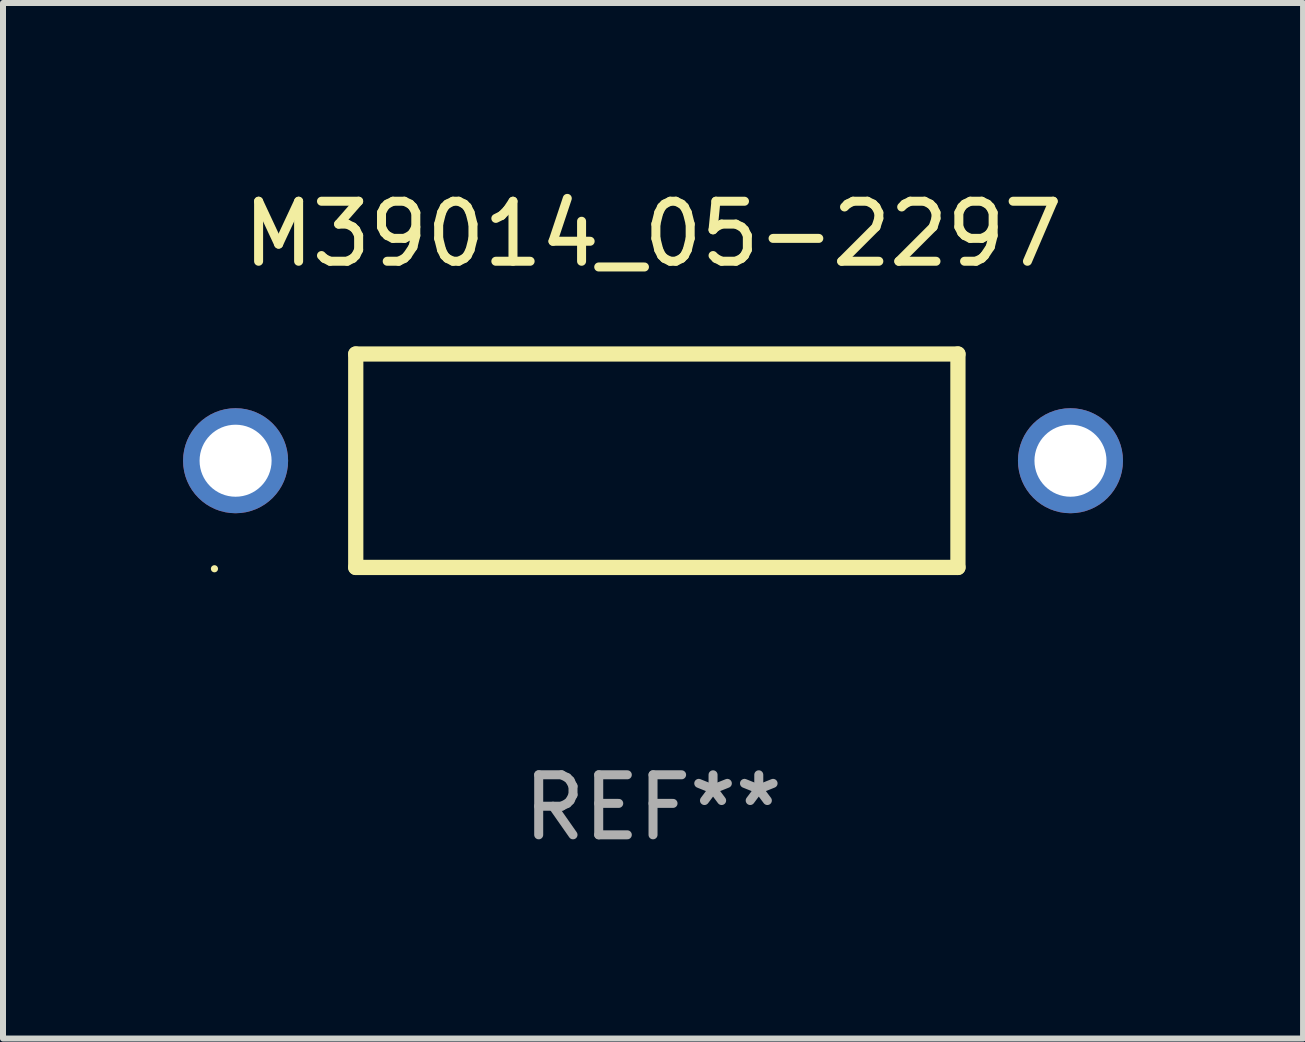
<source format=kicad_pcb>
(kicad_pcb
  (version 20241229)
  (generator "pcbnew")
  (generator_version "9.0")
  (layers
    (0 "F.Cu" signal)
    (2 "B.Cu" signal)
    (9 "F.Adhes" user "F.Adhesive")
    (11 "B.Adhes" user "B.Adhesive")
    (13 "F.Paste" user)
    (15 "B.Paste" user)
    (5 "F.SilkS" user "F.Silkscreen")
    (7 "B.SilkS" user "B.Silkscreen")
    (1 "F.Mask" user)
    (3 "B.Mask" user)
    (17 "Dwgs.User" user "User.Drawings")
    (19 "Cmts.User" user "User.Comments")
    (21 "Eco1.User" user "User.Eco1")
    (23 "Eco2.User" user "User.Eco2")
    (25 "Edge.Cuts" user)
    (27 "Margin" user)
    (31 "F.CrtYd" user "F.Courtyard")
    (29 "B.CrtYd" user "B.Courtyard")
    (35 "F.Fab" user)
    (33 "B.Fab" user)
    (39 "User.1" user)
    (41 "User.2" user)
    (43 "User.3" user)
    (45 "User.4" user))
  (footprint "M39014_05-2297"
    (layer "F.Cu")
    (at 7.83 4.626)
    (property "Reference" "M39014_05-2297" (at 0 -3.778 0) (layer "F.SilkS") (effects (font (size 1 1) (thickness 0.15))))
    (attr through_hole)
    (fp_line (start -4.953 -1.778) (end -4.953 1.778) (stroke (width 0.254) (type solid)) (layer "F.SilkS"))
    (fp_line (start -4.953 1.778) (end 5.08 1.778) (stroke (width 0.254) (type solid)) (layer "F.SilkS"))
    (fp_line (start 5.08 -1.778) (end -4.953 -1.778) (stroke (width 0.254) (type solid)) (layer "F.SilkS"))
    (fp_line (start 5.08 1.778) (end 5.08 -1.778) (stroke (width 0.254) (type solid)) (layer "F.SilkS"))
    (fp_circle (center -7.307 1.8) (end -7.277 1.8) (stroke (width 0.06) (type solid)) (fill no) (layer "F.SilkS"))
    (fp_text user "REF**" (at 0 5.778 0) (layer "F.Fab") (effects (font (size 1 1) (thickness 0.15))))
    (pad "1" thru_hole circle (at -6.955 0) (size 1.75 1.75) (drill 1.2) (layers "*.Cu" "*.Mask"))
    (pad "2" thru_hole circle (at 6.955 0) (size 1.75 1.75) (drill 1.2) (layers "*.Cu" "*.Mask")))
  (gr_rect
    (start -3 -3)
    (end 18.66 14.253)
    (stroke (width 0.1) (type default))
    (fill no)
    (layer "Edge.Cuts")))
</source>
